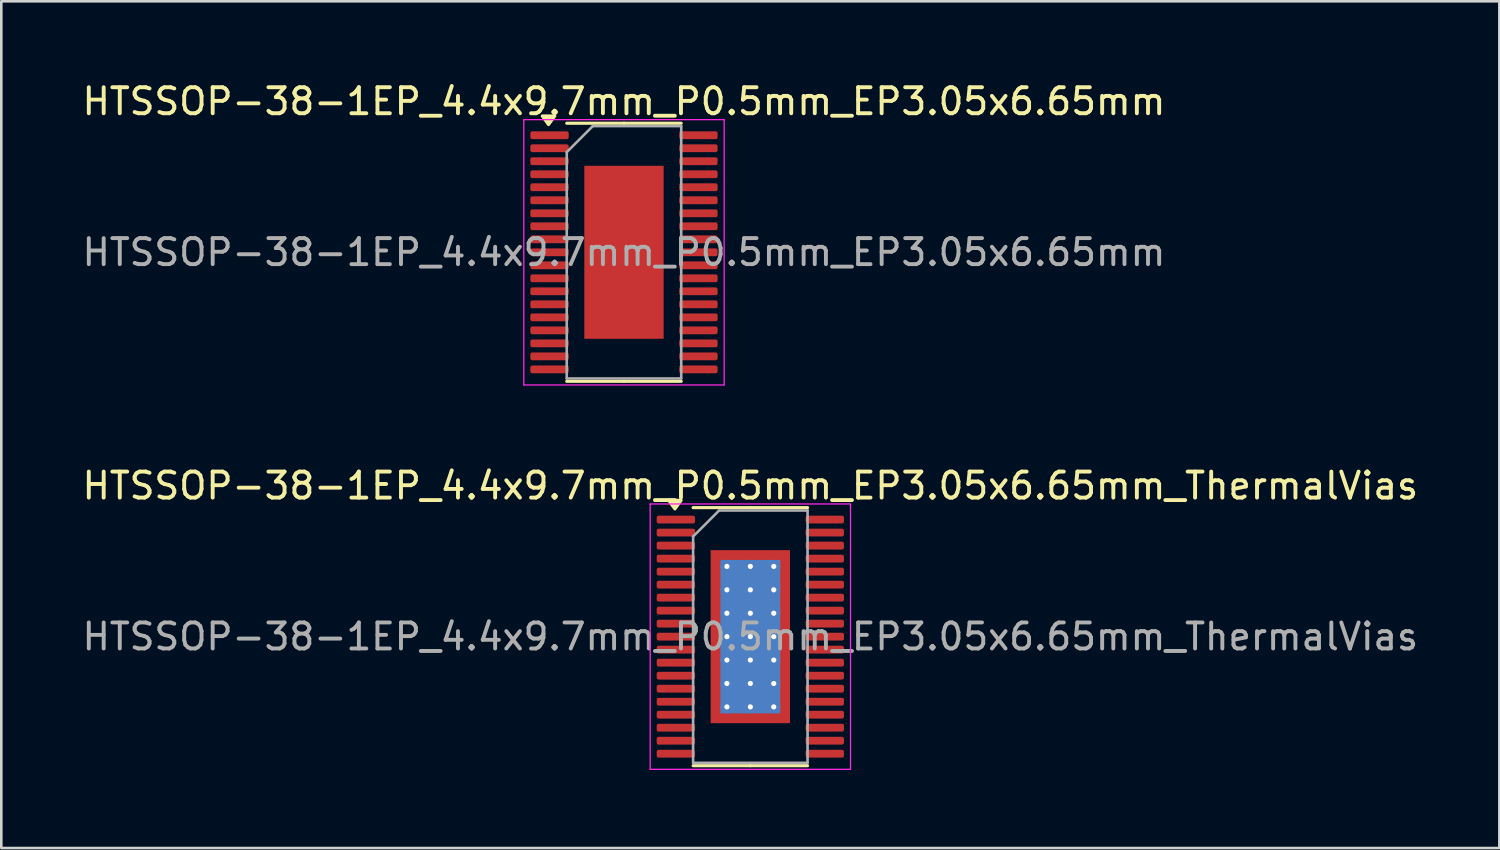
<source format=kicad_pcb>
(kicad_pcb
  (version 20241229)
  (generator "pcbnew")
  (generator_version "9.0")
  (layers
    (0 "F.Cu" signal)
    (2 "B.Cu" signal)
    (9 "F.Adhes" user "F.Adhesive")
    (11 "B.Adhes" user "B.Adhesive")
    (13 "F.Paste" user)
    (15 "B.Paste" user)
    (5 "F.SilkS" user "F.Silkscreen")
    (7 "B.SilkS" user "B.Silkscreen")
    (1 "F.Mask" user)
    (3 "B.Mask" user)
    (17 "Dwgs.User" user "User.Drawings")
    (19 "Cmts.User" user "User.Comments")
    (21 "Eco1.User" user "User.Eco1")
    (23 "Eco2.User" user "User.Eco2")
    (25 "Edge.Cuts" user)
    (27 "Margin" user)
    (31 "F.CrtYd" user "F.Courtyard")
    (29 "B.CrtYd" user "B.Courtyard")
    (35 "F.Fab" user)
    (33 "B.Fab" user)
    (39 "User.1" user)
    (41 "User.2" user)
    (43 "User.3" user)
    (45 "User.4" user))
  (footprint "HTSSOP-38-1EP_4.4x9.7mm_P0.5mm_EP3.05x6.65mm"
    (layer "F.Cu")
    (at 20.935 6.648)
    (property "Reference" "HTSSOP-38-1EP_4.4x9.7mm_P0.5mm_EP3.05x6.65mm" (at 0 -5.8 0) (layer "F.SilkS") (effects (font (size 1 1) (thickness 0.15))))
    (attr smd)
    (fp_line (start 0 -4.96) (end -2.2 -4.96) (stroke (width 0.12) (type solid)) (layer "F.SilkS"))
    (fp_line (start 0 -4.96) (end 2.2 -4.96) (stroke (width 0.12) (type solid)) (layer "F.SilkS"))
    (fp_line (start 0 4.96) (end -2.2 4.96) (stroke (width 0.12) (type solid)) (layer "F.SilkS"))
    (fp_line (start 0 4.96) (end 2.2 4.96) (stroke (width 0.12) (type solid)) (layer "F.SilkS"))
    (fp_poly (pts (xy -2.9 -4.91) (xy -3.14 -5.24) (xy -2.66 -5.24) (xy -2.9 -4.91)) (stroke (width 0.12) (type solid)) (fill yes) (layer "F.SilkS"))
    (fp_line (start -3.85 -5.1) (end -3.85 5.1) (stroke (width 0.05) (type solid)) (layer "F.CrtYd"))
    (fp_line (start -3.85 5.1) (end 3.85 5.1) (stroke (width 0.05) (type solid)) (layer "F.CrtYd"))
    (fp_line (start 3.85 -5.1) (end -3.85 -5.1) (stroke (width 0.05) (type solid)) (layer "F.CrtYd"))
    (fp_line (start 3.85 5.1) (end 3.85 -5.1) (stroke (width 0.05) (type solid)) (layer "F.CrtYd"))
    (fp_line (start -2.2 -3.85) (end -1.2 -4.85) (stroke (width 0.1) (type solid)) (layer "F.Fab"))
    (fp_line (start -2.2 4.85) (end -2.2 -3.85) (stroke (width 0.1) (type solid)) (layer "F.Fab"))
    (fp_line (start -1.2 -4.85) (end 2.2 -4.85) (stroke (width 0.1) (type solid)) (layer "F.Fab"))
    (fp_line (start 2.2 -4.85) (end 2.2 4.85) (stroke (width 0.1) (type solid)) (layer "F.Fab"))
    (fp_line (start 2.2 4.85) (end -2.2 4.85) (stroke (width 0.1) (type solid)) (layer "F.Fab"))
    (fp_text user "${REFERENCE}" (at 0 0 0) (layer "F.Fab") (effects (font (size 1 1) (thickness 0.15))))
    (pad "" smd roundrect (at -0.76 -2.49) (size 1.23 1.34) (layers "F.Paste") (roundrect_rratio 0.203))
    (pad "" smd roundrect (at -0.76 -0.83) (size 1.23 1.34) (layers "F.Paste") (roundrect_rratio 0.203))
    (pad "" smd roundrect (at -0.76 0.83) (size 1.23 1.34) (layers "F.Paste") (roundrect_rratio 0.203))
    (pad "" smd roundrect (at -0.76 2.49) (size 1.23 1.34) (layers "F.Paste") (roundrect_rratio 0.203))
    (pad "" smd roundrect (at 0.76 -2.49) (size 1.23 1.34) (layers "F.Paste") (roundrect_rratio 0.203))
    (pad "" smd roundrect (at 0.76 -0.83) (size 1.23 1.34) (layers "F.Paste") (roundrect_rratio 0.203))
    (pad "" smd roundrect (at 0.76 0.83) (size 1.23 1.34) (layers "F.Paste") (roundrect_rratio 0.203))
    (pad "" smd roundrect (at 0.76 2.49) (size 1.23 1.34) (layers "F.Paste") (roundrect_rratio 0.203))
    (pad "1" smd roundrect (at -2.862 -4.5) (size 1.475 0.3) (layers "F.Cu" "F.Mask" "F.Paste") (roundrect_rratio 0.25))
    (pad "2" smd roundrect (at -2.862 -4) (size 1.475 0.3) (layers "F.Cu" "F.Mask" "F.Paste") (roundrect_rratio 0.25))
    (pad "3" smd roundrect (at -2.862 -3.5) (size 1.475 0.3) (layers "F.Cu" "F.Mask" "F.Paste") (roundrect_rratio 0.25))
    (pad "4" smd roundrect (at -2.862 -3) (size 1.475 0.3) (layers "F.Cu" "F.Mask" "F.Paste") (roundrect_rratio 0.25))
    (pad "5" smd roundrect (at -2.862 -2.5) (size 1.475 0.3) (layers "F.Cu" "F.Mask" "F.Paste") (roundrect_rratio 0.25))
    (pad "6" smd roundrect (at -2.862 -2) (size 1.475 0.3) (layers "F.Cu" "F.Mask" "F.Paste") (roundrect_rratio 0.25))
    (pad "7" smd roundrect (at -2.862 -1.5) (size 1.475 0.3) (layers "F.Cu" "F.Mask" "F.Paste") (roundrect_rratio 0.25))
    (pad "8" smd roundrect (at -2.862 -1) (size 1.475 0.3) (layers "F.Cu" "F.Mask" "F.Paste") (roundrect_rratio 0.25))
    (pad "9" smd roundrect (at -2.862 -0.5) (size 1.475 0.3) (layers "F.Cu" "F.Mask" "F.Paste") (roundrect_rratio 0.25))
    (pad "10" smd roundrect (at -2.862 0) (size 1.475 0.3) (layers "F.Cu" "F.Mask" "F.Paste") (roundrect_rratio 0.25))
    (pad "11" smd roundrect (at -2.862 0.5) (size 1.475 0.3) (layers "F.Cu" "F.Mask" "F.Paste") (roundrect_rratio 0.25))
    (pad "12" smd roundrect (at -2.862 1) (size 1.475 0.3) (layers "F.Cu" "F.Mask" "F.Paste") (roundrect_rratio 0.25))
    (pad "13" smd roundrect (at -2.862 1.5) (size 1.475 0.3) (layers "F.Cu" "F.Mask" "F.Paste") (roundrect_rratio 0.25))
    (pad "14" smd roundrect (at -2.862 2) (size 1.475 0.3) (layers "F.Cu" "F.Mask" "F.Paste") (roundrect_rratio 0.25))
    (pad "15" smd roundrect (at -2.862 2.5) (size 1.475 0.3) (layers "F.Cu" "F.Mask" "F.Paste") (roundrect_rratio 0.25))
    (pad "16" smd roundrect (at -2.862 3) (size 1.475 0.3) (layers "F.Cu" "F.Mask" "F.Paste") (roundrect_rratio 0.25))
    (pad "17" smd roundrect (at -2.862 3.5) (size 1.475 0.3) (layers "F.Cu" "F.Mask" "F.Paste") (roundrect_rratio 0.25))
    (pad "18" smd roundrect (at -2.862 4) (size 1.475 0.3) (layers "F.Cu" "F.Mask" "F.Paste") (roundrect_rratio 0.25))
    (pad "19" smd roundrect (at -2.862 4.5) (size 1.475 0.3) (layers "F.Cu" "F.Mask" "F.Paste") (roundrect_rratio 0.25))
    (pad "20" smd roundrect (at 2.862 4.5) (size 1.475 0.3) (layers "F.Cu" "F.Mask" "F.Paste") (roundrect_rratio 0.25))
    (pad "21" smd roundrect (at 2.862 4) (size 1.475 0.3) (layers "F.Cu" "F.Mask" "F.Paste") (roundrect_rratio 0.25))
    (pad "22" smd roundrect (at 2.862 3.5) (size 1.475 0.3) (layers "F.Cu" "F.Mask" "F.Paste") (roundrect_rratio 0.25))
    (pad "23" smd roundrect (at 2.862 3) (size 1.475 0.3) (layers "F.Cu" "F.Mask" "F.Paste") (roundrect_rratio 0.25))
    (pad "24" smd roundrect (at 2.862 2.5) (size 1.475 0.3) (layers "F.Cu" "F.Mask" "F.Paste") (roundrect_rratio 0.25))
    (pad "25" smd roundrect (at 2.862 2) (size 1.475 0.3) (layers "F.Cu" "F.Mask" "F.Paste") (roundrect_rratio 0.25))
    (pad "26" smd roundrect (at 2.862 1.5) (size 1.475 0.3) (layers "F.Cu" "F.Mask" "F.Paste") (roundrect_rratio 0.25))
    (pad "27" smd roundrect (at 2.862 1) (size 1.475 0.3) (layers "F.Cu" "F.Mask" "F.Paste") (roundrect_rratio 0.25))
    (pad "28" smd roundrect (at 2.862 0.5) (size 1.475 0.3) (layers "F.Cu" "F.Mask" "F.Paste") (roundrect_rratio 0.25))
    (pad "29" smd roundrect (at 2.862 0) (size 1.475 0.3) (layers "F.Cu" "F.Mask" "F.Paste") (roundrect_rratio 0.25))
    (pad "30" smd roundrect (at 2.862 -0.5) (size 1.475 0.3) (layers "F.Cu" "F.Mask" "F.Paste") (roundrect_rratio 0.25))
    (pad "31" smd roundrect (at 2.862 -1) (size 1.475 0.3) (layers "F.Cu" "F.Mask" "F.Paste") (roundrect_rratio 0.25))
    (pad "32" smd roundrect (at 2.862 -1.5) (size 1.475 0.3) (layers "F.Cu" "F.Mask" "F.Paste") (roundrect_rratio 0.25))
    (pad "33" smd roundrect (at 2.862 -2) (size 1.475 0.3) (layers "F.Cu" "F.Mask" "F.Paste") (roundrect_rratio 0.25))
    (pad "34" smd roundrect (at 2.862 -2.5) (size 1.475 0.3) (layers "F.Cu" "F.Mask" "F.Paste") (roundrect_rratio 0.25))
    (pad "35" smd roundrect (at 2.862 -3) (size 1.475 0.3) (layers "F.Cu" "F.Mask" "F.Paste") (roundrect_rratio 0.25))
    (pad "36" smd roundrect (at 2.862 -3.5) (size 1.475 0.3) (layers "F.Cu" "F.Mask" "F.Paste") (roundrect_rratio 0.25))
    (pad "37" smd roundrect (at 2.862 -4) (size 1.475 0.3) (layers "F.Cu" "F.Mask" "F.Paste") (roundrect_rratio 0.25))
    (pad "38" smd roundrect (at 2.862 -4.5) (size 1.475 0.3) (layers "F.Cu" "F.Mask" "F.Paste") (roundrect_rratio 0.25))
    (pad "39" smd rect (at 0 0) (size 3.05 6.65) (property pad_prop_heatsink) (layers "F.Cu" "F.Mask")))
  (footprint "HTSSOP-38-1EP_4.4x9.7mm_P0.5mm_EP3.05x6.65mm_ThermalVias"
    (layer "F.Cu")
    (at 25.792 21.422)
    (property "Reference" "HTSSOP-38-1EP_4.4x9.7mm_P0.5mm_EP3.05x6.65mm_ThermalVias" (at 0 -5.8 0) (layer "F.SilkS") (effects (font (size 1 1) (thickness 0.15))))
    (attr smd)
    (fp_line (start 0 -4.96) (end -2.2 -4.96) (stroke (width 0.12) (type solid)) (layer "F.SilkS"))
    (fp_line (start 0 -4.96) (end 2.2 -4.96) (stroke (width 0.12) (type solid)) (layer "F.SilkS"))
    (fp_line (start 0 4.96) (end -2.2 4.96) (stroke (width 0.12) (type solid)) (layer "F.SilkS"))
    (fp_line (start 0 4.96) (end 2.2 4.96) (stroke (width 0.12) (type solid)) (layer "F.SilkS"))
    (fp_poly (pts (xy -2.9 -4.91) (xy -3.14 -5.24) (xy -2.66 -5.24) (xy -2.9 -4.91)) (stroke (width 0.12) (type solid)) (fill yes) (layer "F.SilkS"))
    (fp_line (start -3.85 -5.1) (end -3.85 5.1) (stroke (width 0.05) (type solid)) (layer "F.CrtYd"))
    (fp_line (start -3.85 5.1) (end 3.85 5.1) (stroke (width 0.05) (type solid)) (layer "F.CrtYd"))
    (fp_line (start 3.85 -5.1) (end -3.85 -5.1) (stroke (width 0.05) (type solid)) (layer "F.CrtYd"))
    (fp_line (start 3.85 5.1) (end 3.85 -5.1) (stroke (width 0.05) (type solid)) (layer "F.CrtYd"))
    (fp_line (start -2.2 -3.85) (end -1.2 -4.85) (stroke (width 0.1) (type solid)) (layer "F.Fab"))
    (fp_line (start -2.2 4.85) (end -2.2 -3.85) (stroke (width 0.1) (type solid)) (layer "F.Fab"))
    (fp_line (start -1.2 -4.85) (end 2.2 -4.85) (stroke (width 0.1) (type solid)) (layer "F.Fab"))
    (fp_line (start 2.2 -4.85) (end 2.2 4.85) (stroke (width 0.1) (type solid)) (layer "F.Fab"))
    (fp_line (start 2.2 4.85) (end -2.2 4.85) (stroke (width 0.1) (type solid)) (layer "F.Fab"))
    (fp_text user "${REFERENCE}" (at 0 0 0) (layer "F.Fab") (effects (font (size 1 1) (thickness 0.15))))
    (pad "" smd roundrect (at -0.76 -2.49) (size 1.23 1.34) (layers "F.Paste") (roundrect_rratio 0.203))
    (pad "" smd roundrect (at -0.76 -0.83) (size 1.23 1.34) (layers "F.Paste") (roundrect_rratio 0.203))
    (pad "" smd roundrect (at -0.76 0.83) (size 1.23 1.34) (layers "F.Paste") (roundrect_rratio 0.203))
    (pad "" smd roundrect (at -0.76 2.49) (size 1.23 1.34) (layers "F.Paste") (roundrect_rratio 0.203))
    (pad "" smd roundrect (at 0.76 -2.49) (size 1.23 1.34) (layers "F.Paste") (roundrect_rratio 0.203))
    (pad "" smd roundrect (at 0.76 -0.83) (size 1.23 1.34) (layers "F.Paste") (roundrect_rratio 0.203))
    (pad "" smd roundrect (at 0.76 0.83) (size 1.23 1.34) (layers "F.Paste") (roundrect_rratio 0.203))
    (pad "" smd roundrect (at 0.76 2.49) (size 1.23 1.34) (layers "F.Paste") (roundrect_rratio 0.203))
    (pad "1" smd roundrect (at -2.862 -4.5) (size 1.475 0.3) (layers "F.Cu" "F.Mask" "F.Paste") (roundrect_rratio 0.25))
    (pad "2" smd roundrect (at -2.862 -4) (size 1.475 0.3) (layers "F.Cu" "F.Mask" "F.Paste") (roundrect_rratio 0.25))
    (pad "3" smd roundrect (at -2.862 -3.5) (size 1.475 0.3) (layers "F.Cu" "F.Mask" "F.Paste") (roundrect_rratio 0.25))
    (pad "4" smd roundrect (at -2.862 -3) (size 1.475 0.3) (layers "F.Cu" "F.Mask" "F.Paste") (roundrect_rratio 0.25))
    (pad "5" smd roundrect (at -2.862 -2.5) (size 1.475 0.3) (layers "F.Cu" "F.Mask" "F.Paste") (roundrect_rratio 0.25))
    (pad "6" smd roundrect (at -2.862 -2) (size 1.475 0.3) (layers "F.Cu" "F.Mask" "F.Paste") (roundrect_rratio 0.25))
    (pad "7" smd roundrect (at -2.862 -1.5) (size 1.475 0.3) (layers "F.Cu" "F.Mask" "F.Paste") (roundrect_rratio 0.25))
    (pad "8" smd roundrect (at -2.862 -1) (size 1.475 0.3) (layers "F.Cu" "F.Mask" "F.Paste") (roundrect_rratio 0.25))
    (pad "9" smd roundrect (at -2.862 -0.5) (size 1.475 0.3) (layers "F.Cu" "F.Mask" "F.Paste") (roundrect_rratio 0.25))
    (pad "10" smd roundrect (at -2.862 0) (size 1.475 0.3) (layers "F.Cu" "F.Mask" "F.Paste") (roundrect_rratio 0.25))
    (pad "11" smd roundrect (at -2.862 0.5) (size 1.475 0.3) (layers "F.Cu" "F.Mask" "F.Paste") (roundrect_rratio 0.25))
    (pad "12" smd roundrect (at -2.862 1) (size 1.475 0.3) (layers "F.Cu" "F.Mask" "F.Paste") (roundrect_rratio 0.25))
    (pad "13" smd roundrect (at -2.862 1.5) (size 1.475 0.3) (layers "F.Cu" "F.Mask" "F.Paste") (roundrect_rratio 0.25))
    (pad "14" smd roundrect (at -2.862 2) (size 1.475 0.3) (layers "F.Cu" "F.Mask" "F.Paste") (roundrect_rratio 0.25))
    (pad "15" smd roundrect (at -2.862 2.5) (size 1.475 0.3) (layers "F.Cu" "F.Mask" "F.Paste") (roundrect_rratio 0.25))
    (pad "16" smd roundrect (at -2.862 3) (size 1.475 0.3) (layers "F.Cu" "F.Mask" "F.Paste") (roundrect_rratio 0.25))
    (pad "17" smd roundrect (at -2.862 3.5) (size 1.475 0.3) (layers "F.Cu" "F.Mask" "F.Paste") (roundrect_rratio 0.25))
    (pad "18" smd roundrect (at -2.862 4) (size 1.475 0.3) (layers "F.Cu" "F.Mask" "F.Paste") (roundrect_rratio 0.25))
    (pad "19" smd roundrect (at -2.862 4.5) (size 1.475 0.3) (layers "F.Cu" "F.Mask" "F.Paste") (roundrect_rratio 0.25))
    (pad "20" smd roundrect (at 2.862 4.5) (size 1.475 0.3) (layers "F.Cu" "F.Mask" "F.Paste") (roundrect_rratio 0.25))
    (pad "21" smd roundrect (at 2.862 4) (size 1.475 0.3) (layers "F.Cu" "F.Mask" "F.Paste") (roundrect_rratio 0.25))
    (pad "22" smd roundrect (at 2.862 3.5) (size 1.475 0.3) (layers "F.Cu" "F.Mask" "F.Paste") (roundrect_rratio 0.25))
    (pad "23" smd roundrect (at 2.862 3) (size 1.475 0.3) (layers "F.Cu" "F.Mask" "F.Paste") (roundrect_rratio 0.25))
    (pad "24" smd roundrect (at 2.862 2.5) (size 1.475 0.3) (layers "F.Cu" "F.Mask" "F.Paste") (roundrect_rratio 0.25))
    (pad "25" smd roundrect (at 2.862 2) (size 1.475 0.3) (layers "F.Cu" "F.Mask" "F.Paste") (roundrect_rratio 0.25))
    (pad "26" smd roundrect (at 2.862 1.5) (size 1.475 0.3) (layers "F.Cu" "F.Mask" "F.Paste") (roundrect_rratio 0.25))
    (pad "27" smd roundrect (at 2.862 1) (size 1.475 0.3) (layers "F.Cu" "F.Mask" "F.Paste") (roundrect_rratio 0.25))
    (pad "28" smd roundrect (at 2.862 0.5) (size 1.475 0.3) (layers "F.Cu" "F.Mask" "F.Paste") (roundrect_rratio 0.25))
    (pad "29" smd roundrect (at 2.862 0) (size 1.475 0.3) (layers "F.Cu" "F.Mask" "F.Paste") (roundrect_rratio 0.25))
    (pad "30" smd roundrect (at 2.862 -0.5) (size 1.475 0.3) (layers "F.Cu" "F.Mask" "F.Paste") (roundrect_rratio 0.25))
    (pad "31" smd roundrect (at 2.862 -1) (size 1.475 0.3) (layers "F.Cu" "F.Mask" "F.Paste") (roundrect_rratio 0.25))
    (pad "32" smd roundrect (at 2.862 -1.5) (size 1.475 0.3) (layers "F.Cu" "F.Mask" "F.Paste") (roundrect_rratio 0.25))
    (pad "33" smd roundrect (at 2.862 -2) (size 1.475 0.3) (layers "F.Cu" "F.Mask" "F.Paste") (roundrect_rratio 0.25))
    (pad "34" smd roundrect (at 2.862 -2.5) (size 1.475 0.3) (layers "F.Cu" "F.Mask" "F.Paste") (roundrect_rratio 0.25))
    (pad "35" smd roundrect (at 2.862 -3) (size 1.475 0.3) (layers "F.Cu" "F.Mask" "F.Paste") (roundrect_rratio 0.25))
    (pad "36" smd roundrect (at 2.862 -3.5) (size 1.475 0.3) (layers "F.Cu" "F.Mask" "F.Paste") (roundrect_rratio 0.25))
    (pad "37" smd roundrect (at 2.862 -4) (size 1.475 0.3) (layers "F.Cu" "F.Mask" "F.Paste") (roundrect_rratio 0.25))
    (pad "38" smd roundrect (at 2.862 -4.5) (size 1.475 0.3) (layers "F.Cu" "F.Mask" "F.Paste") (roundrect_rratio 0.25))
    (pad "39" thru_hole circle (at -0.9 -2.7) (size 0.5 0.5) (drill 0.2) (property pad_prop_heatsink) (layers "*.Cu"))
    (pad "39" thru_hole circle (at -0.9 -1.8) (size 0.5 0.5) (drill 0.2) (property pad_prop_heatsink) (layers "*.Cu"))
    (pad "39" thru_hole circle (at -0.9 -0.9) (size 0.5 0.5) (drill 0.2) (property pad_prop_heatsink) (layers "*.Cu"))
    (pad "39" thru_hole circle (at -0.9 0) (size 0.5 0.5) (drill 0.2) (property pad_prop_heatsink) (layers "*.Cu"))
    (pad "39" thru_hole circle (at -0.9 0.9) (size 0.5 0.5) (drill 0.2) (property pad_prop_heatsink) (layers "*.Cu"))
    (pad "39" thru_hole circle (at -0.9 1.8) (size 0.5 0.5) (drill 0.2) (property pad_prop_heatsink) (layers "*.Cu"))
    (pad "39" thru_hole circle (at -0.9 2.7) (size 0.5 0.5) (drill 0.2) (property pad_prop_heatsink) (layers "*.Cu"))
    (pad "39" thru_hole circle (at 0 -2.7) (size 0.5 0.5) (drill 0.2) (property pad_prop_heatsink) (layers "*.Cu"))
    (pad "39" thru_hole circle (at 0 -1.8) (size 0.5 0.5) (drill 0.2) (property pad_prop_heatsink) (layers "*.Cu"))
    (pad "39" thru_hole circle (at 0 -0.9) (size 0.5 0.5) (drill 0.2) (property pad_prop_heatsink) (layers "*.Cu"))
    (pad "39" thru_hole circle (at 0 0) (size 0.5 0.5) (drill 0.2) (property pad_prop_heatsink) (layers "*.Cu"))
    (pad "39" smd rect (at 0 0) (size 2.3 5.9) (property pad_prop_heatsink) (layers "B.Cu"))
    (pad "39" smd rect (at 0 0) (size 3.05 6.65) (property pad_prop_heatsink) (layers "F.Cu" "F.Mask"))
    (pad "39" thru_hole circle (at 0 0.9) (size 0.5 0.5) (drill 0.2) (property pad_prop_heatsink) (layers "*.Cu"))
    (pad "39" thru_hole circle (at 0 1.8) (size 0.5 0.5) (drill 0.2) (property pad_prop_heatsink) (layers "*.Cu"))
    (pad "39" thru_hole circle (at 0 2.7) (size 0.5 0.5) (drill 0.2) (property pad_prop_heatsink) (layers "*.Cu"))
    (pad "39" thru_hole circle (at 0.9 -2.7) (size 0.5 0.5) (drill 0.2) (property pad_prop_heatsink) (layers "*.Cu"))
    (pad "39" thru_hole circle (at 0.9 -1.8) (size 0.5 0.5) (drill 0.2) (property pad_prop_heatsink) (layers "*.Cu"))
    (pad "39" thru_hole circle (at 0.9 -0.9) (size 0.5 0.5) (drill 0.2) (property pad_prop_heatsink) (layers "*.Cu"))
    (pad "39" thru_hole circle (at 0.9 0) (size 0.5 0.5) (drill 0.2) (property pad_prop_heatsink) (layers "*.Cu"))
    (pad "39" thru_hole circle (at 0.9 0.9) (size 0.5 0.5) (drill 0.2) (property pad_prop_heatsink) (layers "*.Cu"))
    (pad "39" thru_hole circle (at 0.9 1.8) (size 0.5 0.5) (drill 0.2) (property pad_prop_heatsink) (layers "*.Cu"))
    (pad "39" thru_hole circle (at 0.9 2.7) (size 0.5 0.5) (drill 0.2) (property pad_prop_heatsink) (layers "*.Cu")))
  (gr_rect
    (start -3 -3)
    (end 54.583 29.547)
    (stroke (width 0.1) (type default))
    (fill no)
    (layer "Edge.Cuts")))
</source>
